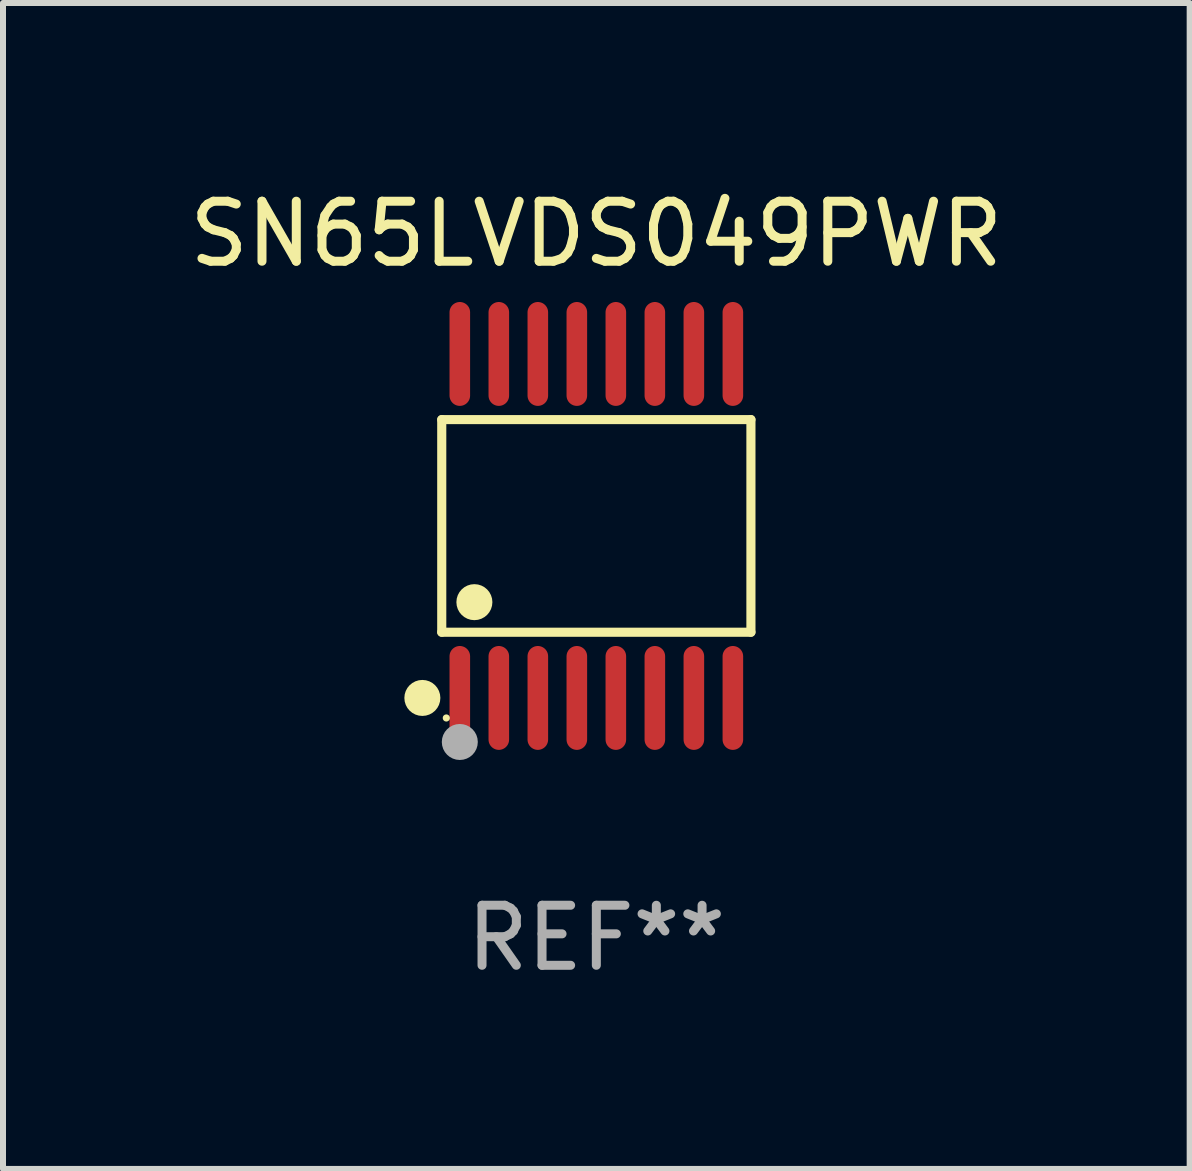
<source format=kicad_pcb>
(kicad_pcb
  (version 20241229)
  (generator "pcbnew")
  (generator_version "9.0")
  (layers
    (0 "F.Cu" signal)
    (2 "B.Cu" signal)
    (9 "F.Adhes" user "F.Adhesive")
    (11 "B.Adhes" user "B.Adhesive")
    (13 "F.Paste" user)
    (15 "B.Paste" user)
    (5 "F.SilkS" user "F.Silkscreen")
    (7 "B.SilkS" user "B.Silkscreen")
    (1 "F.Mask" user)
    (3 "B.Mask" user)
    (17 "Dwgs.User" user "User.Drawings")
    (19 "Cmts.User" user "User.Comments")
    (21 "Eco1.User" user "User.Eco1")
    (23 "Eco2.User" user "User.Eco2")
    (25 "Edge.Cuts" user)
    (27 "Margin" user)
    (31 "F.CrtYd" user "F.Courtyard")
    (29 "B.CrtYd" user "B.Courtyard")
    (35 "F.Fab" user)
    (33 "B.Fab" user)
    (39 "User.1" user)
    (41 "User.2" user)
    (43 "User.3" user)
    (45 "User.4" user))
  (footprint "SN65LVDS049PWR"
    (layer "F.Cu")
    (at 6.887 5.714)
    (property "Reference" "SN65LVDS049PWR" (at 0 -4.866 0) (layer "F.SilkS") (effects (font (size 1 1) (thickness 0.15))))
    (attr through_hole)
    (fp_line (start -2.576 -1.772) (end 2.576 -1.772) (stroke (width 0.152) (type solid)) (layer "F.SilkS"))
    (fp_line (start -2.576 1.771) (end -2.576 -1.772) (stroke (width 0.152) (type solid)) (layer "F.SilkS"))
    (fp_line (start 2.576 -1.772) (end 2.576 1.771) (stroke (width 0.152) (type solid)) (layer "F.SilkS"))
    (fp_line (start 2.576 1.771) (end -2.576 1.771) (stroke (width 0.152) (type solid)) (layer "F.SilkS"))
    (fp_circle (center -2.899 2.866) (end -2.749 2.866) (stroke (width 0.3) (type solid)) (fill no) (layer "F.SilkS"))
    (fp_circle (center -2.5 3.2) (end -2.47 3.2) (stroke (width 0.06) (type solid)) (fill no) (layer "F.SilkS"))
    (fp_circle (center -2.032 1.27) (end -1.882 1.27) (stroke (width 0.3) (type solid)) (fill no) (layer "F.SilkS"))
    (fp_circle (center -2.275 3.6) (end -2.125 3.6) (stroke (width 0.3) (type solid)) (fill no) (layer "F.Fab"))
    (fp_text user "REF**" (at 0 6.866 0) (layer "F.Fab") (effects (font (size 1 1) (thickness 0.15))))
    (pad "1" smd oval (at -2.275 2.866) (size 0.343 1.731) (layers "F.Cu" "F.Mask" "F.Paste"))
    (pad "2" smd oval (at -1.625 2.866) (size 0.343 1.731) (layers "F.Cu" "F.Mask" "F.Paste"))
    (pad "3" smd oval (at -0.975 2.866) (size 0.343 1.731) (layers "F.Cu" "F.Mask" "F.Paste"))
    (pad "4" smd oval (at -0.325 2.866) (size 0.343 1.731) (layers "F.Cu" "F.Mask" "F.Paste"))
    (pad "5" smd oval (at 0.325 2.866) (size 0.343 1.731) (layers "F.Cu" "F.Mask" "F.Paste"))
    (pad "6" smd oval (at 0.975 2.866) (size 0.343 1.731) (layers "F.Cu" "F.Mask" "F.Paste"))
    (pad "7" smd oval (at 1.625 2.866) (size 0.343 1.731) (layers "F.Cu" "F.Mask" "F.Paste"))
    (pad "8" smd oval (at 2.275 2.866) (size 0.343 1.731) (layers "F.Cu" "F.Mask" "F.Paste"))
    (pad "9" smd oval (at 2.275 -2.866) (size 0.343 1.731) (layers "F.Cu" "F.Mask" "F.Paste"))
    (pad "10" smd oval (at 1.625 -2.866) (size 0.343 1.731) (layers "F.Cu" "F.Mask" "F.Paste"))
    (pad "11" smd oval (at 0.975 -2.866) (size 0.343 1.731) (layers "F.Cu" "F.Mask" "F.Paste"))
    (pad "12" smd oval (at 0.325 -2.866) (size 0.343 1.731) (layers "F.Cu" "F.Mask" "F.Paste"))
    (pad "13" smd oval (at -0.325 -2.866) (size 0.343 1.731) (layers "F.Cu" "F.Mask" "F.Paste"))
    (pad "14" smd oval (at -0.975 -2.866) (size 0.343 1.731) (layers "F.Cu" "F.Mask" "F.Paste"))
    (pad "15" smd oval (at -1.625 -2.866) (size 0.343 1.731) (layers "F.Cu" "F.Mask" "F.Paste"))
    (pad "16" smd oval (at -2.275 -2.866) (size 0.343 1.731) (layers "F.Cu" "F.Mask" "F.Paste")))
  (gr_rect
    (start -3 -3)
    (end 16.774 16.428)
    (stroke (width 0.1) (type default))
    (fill no)
    (layer "Edge.Cuts")))
</source>
